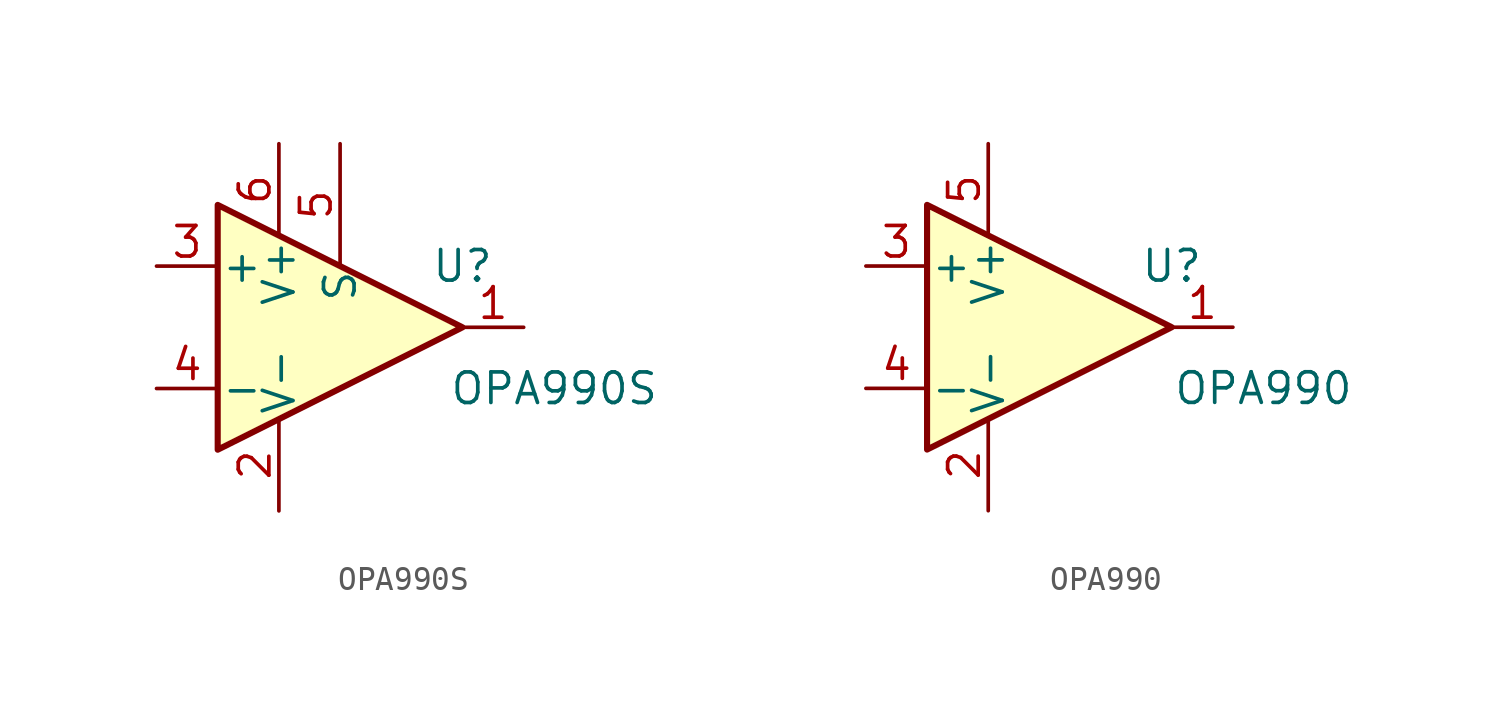
<source format=kicad_sym>
(kicad_symbol_lib
  (version 20231120)
  (generator "kicad_symbol_editor")
  (generator_version "8.0")
  (symbol "OPA990S"
    (pin_names
      (offset 0.127))
    (property "Reference" "U"
      (at 12.7 5.08 0)
      (effects (font (size 1.27 1.27))))
    (property "Value" "OPA990S"
      (at 16.51 0 0)
      (effects (font (size 1.27 1.27))))
    (symbol "OPA990S_0_1"
      (polyline (pts (xy 2.54 7.62) (xy 2.54 -2.54) (xy 12.7 2.54) (xy 2.54 7.62)) (stroke (width 0.254) (type default)) (fill (type background))))
    (symbol "OPA990S_1_1"
      (pin output line (at 15.24 2.54 180) (length 2.54) (name "~" (effects (font (size 1.27 1.27)))) (number "1" (effects (font (size 1.27 1.27)))))
      (pin power_in line (at 5.08 -5.08 90) (length 3.81) (name "V-" (effects (font (size 1.27 1.27)))) (number "2" (effects (font (size 1.27 1.27)))))
      (pin input line (at 0 5.08 0) (length 2.54) (name "+" (effects (font (size 1.27 1.27)))) (number "3" (effects (font (size 1.27 1.27)))))
      (pin input line (at 0 0 0) (length 2.54) (name "-" (effects (font (size 1.27 1.27)))) (number "4" (effects (font (size 1.27 1.27)))))
      (pin input line (at 7.62 10.16 270) (length 5.08) (name "S" (effects (font (size 1.27 1.27)))) (number "5" (effects (font (size 1.27 1.27)))))
      (pin power_in line (at 5.08 10.16 270) (length 3.81) (name "V+" (effects (font (size 1.27 1.27)))) (number "6" (effects (font (size 1.27 1.27)))))))
  (symbol "OPA990"
    (pin_names
      (offset 0.127))
    (property "Reference" "U"
      (at 12.7 5.08 0)
      (effects (font (size 1.27 1.27))))
    (property "Value" "OPA990"
      (at 16.51 0 0)
      (effects (font (size 1.27 1.27))))
    (symbol "OPA990_0_1"
      (polyline (pts (xy 2.54 7.62) (xy 2.54 -2.54) (xy 12.7 2.54) (xy 2.54 7.62)) (stroke (width 0.254) (type default)) (fill (type background))))
    (symbol "OPA990_1_1"
      (pin output line (at 15.24 2.54 180) (length 2.54) (name "~" (effects (font (size 1.27 1.27)))) (number "1" (effects (font (size 1.27 1.27)))))
      (pin power_in line (at 5.08 -5.08 90) (length 3.81) (name "V-" (effects (font (size 1.27 1.27)))) (number "2" (effects (font (size 1.27 1.27)))))
      (pin input line (at 0 5.08 0) (length 2.54) (name "+" (effects (font (size 1.27 1.27)))) (number "3" (effects (font (size 1.27 1.27)))))
      (pin input line (at 0 0 0) (length 2.54) (name "-" (effects (font (size 1.27 1.27)))) (number "4" (effects (font (size 1.27 1.27)))))
      (pin power_in line (at 5.08 10.16 270) (length 3.81) (name "V+" (effects (font (size 1.27 1.27)))) (number "5" (effects (font (size 1.27 1.27))))))))
</source>
